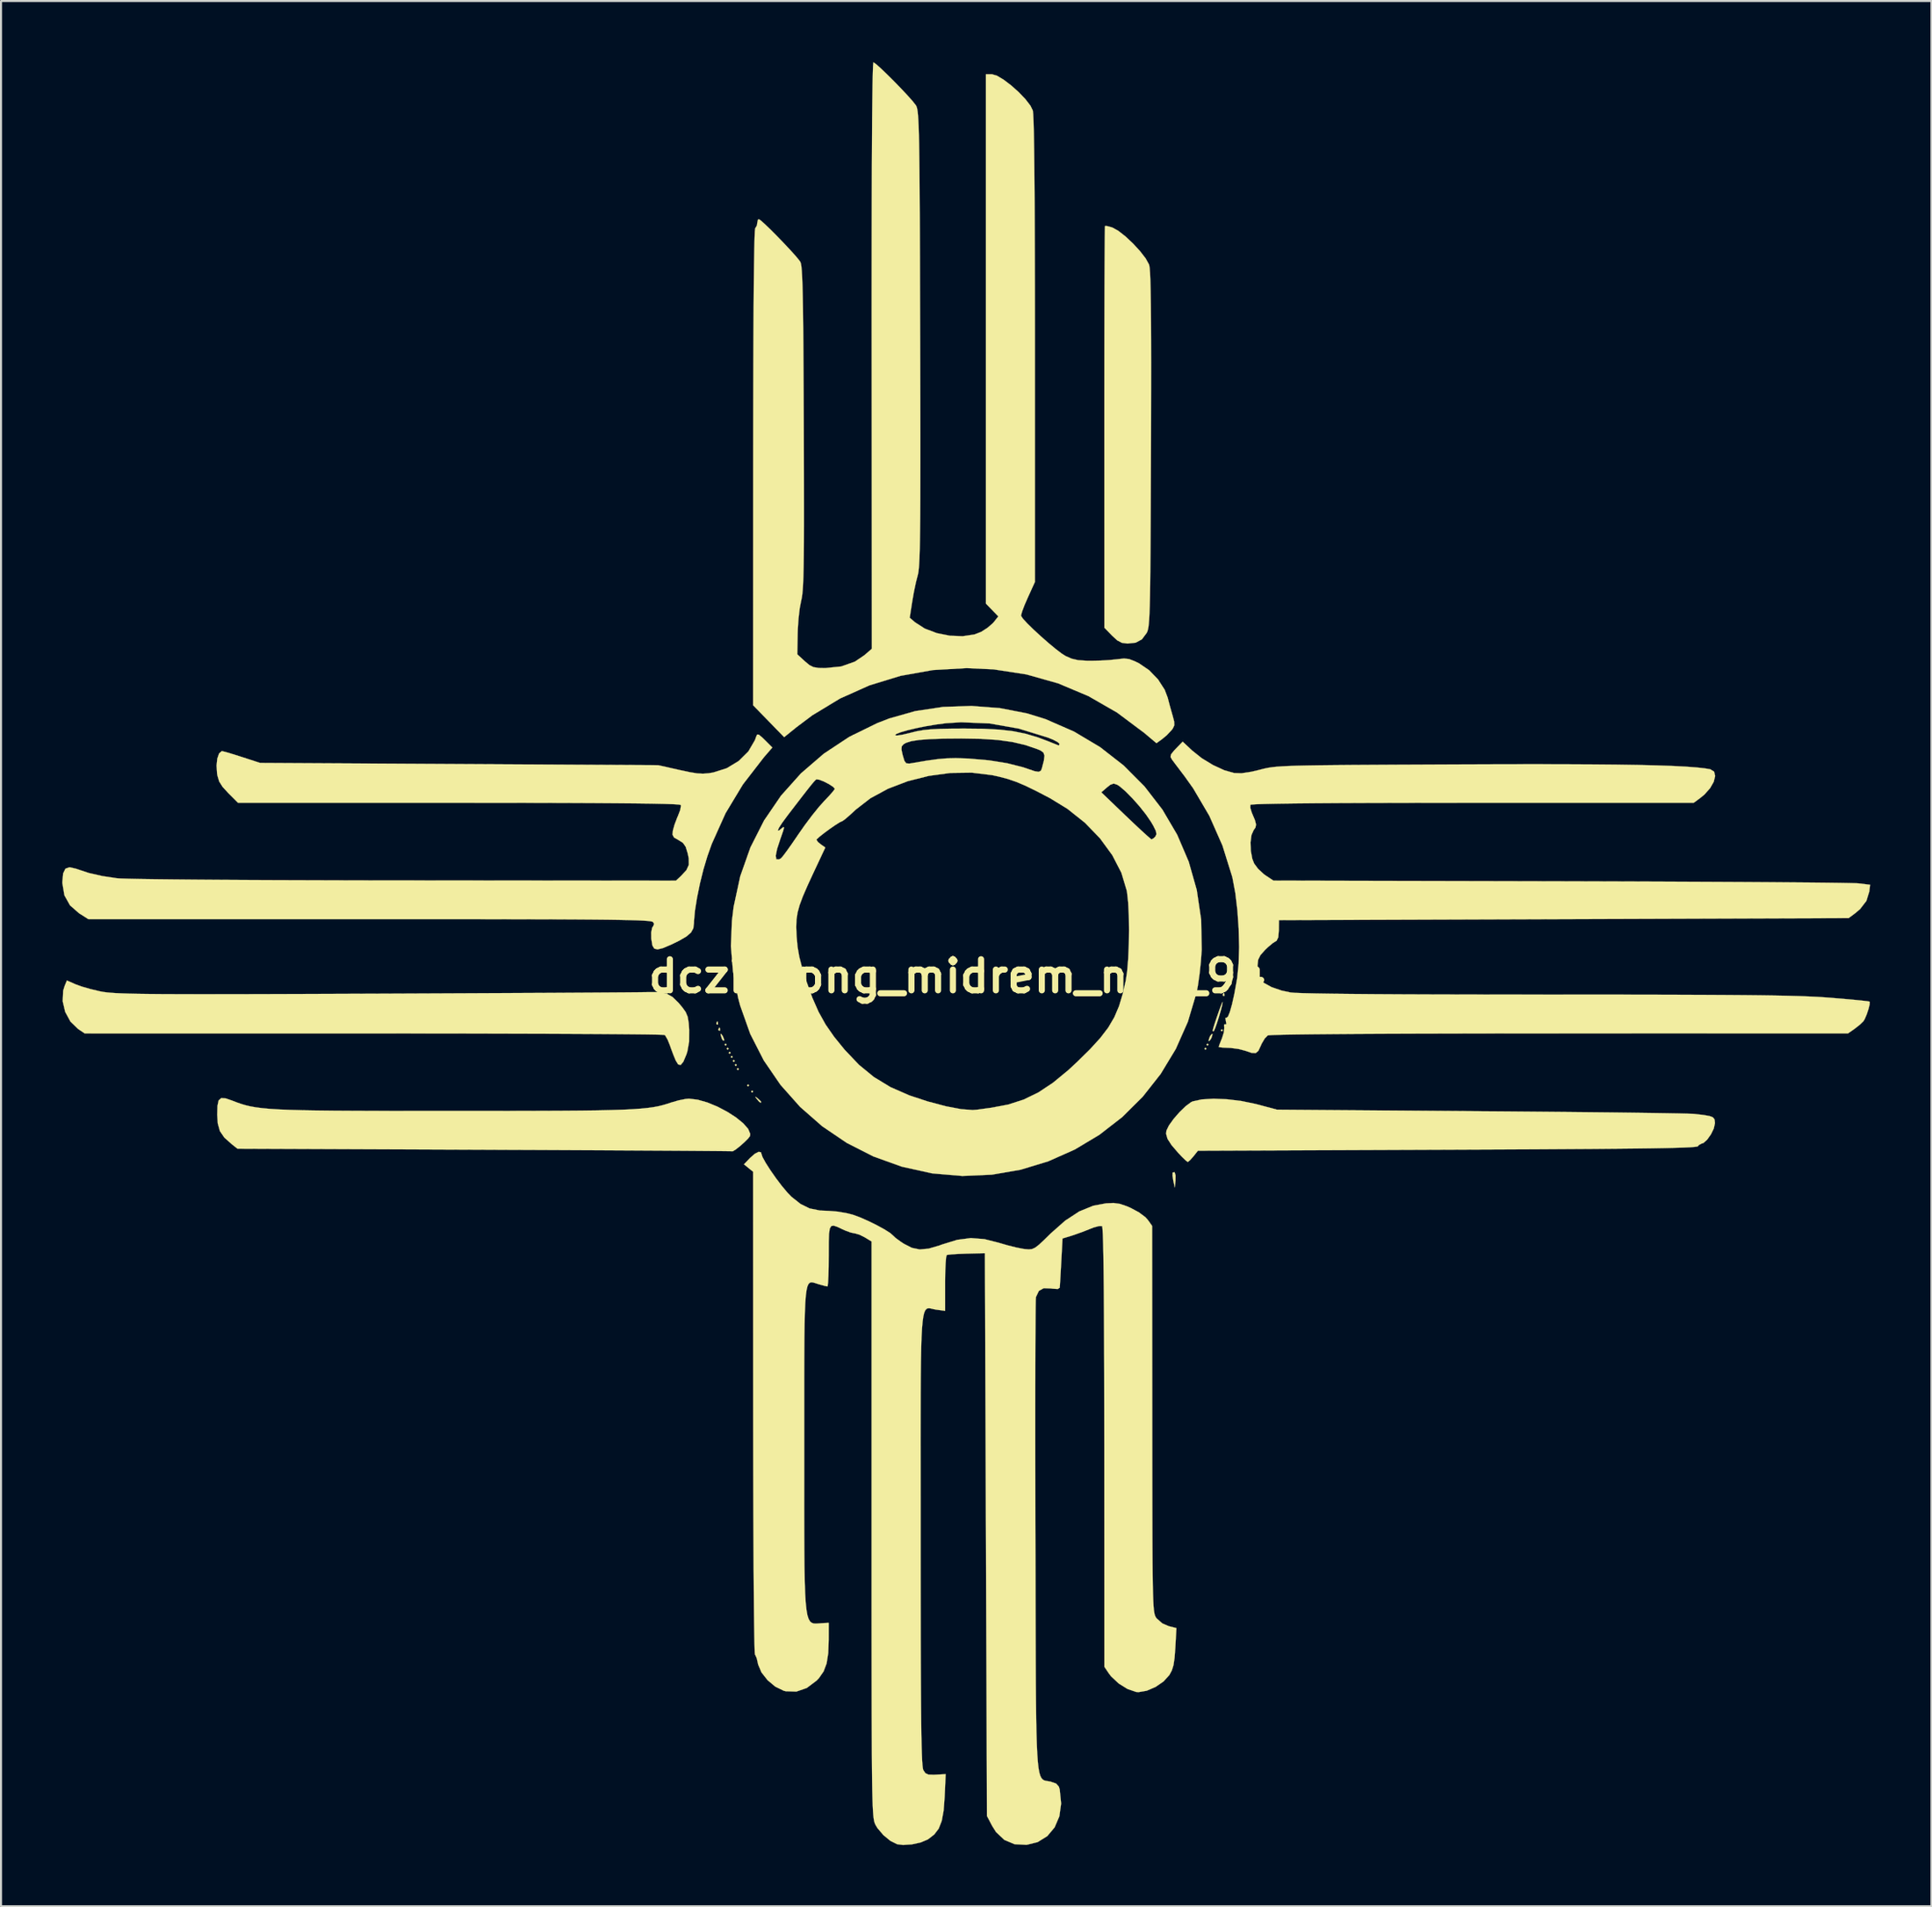
<source format=kicad_pcb>
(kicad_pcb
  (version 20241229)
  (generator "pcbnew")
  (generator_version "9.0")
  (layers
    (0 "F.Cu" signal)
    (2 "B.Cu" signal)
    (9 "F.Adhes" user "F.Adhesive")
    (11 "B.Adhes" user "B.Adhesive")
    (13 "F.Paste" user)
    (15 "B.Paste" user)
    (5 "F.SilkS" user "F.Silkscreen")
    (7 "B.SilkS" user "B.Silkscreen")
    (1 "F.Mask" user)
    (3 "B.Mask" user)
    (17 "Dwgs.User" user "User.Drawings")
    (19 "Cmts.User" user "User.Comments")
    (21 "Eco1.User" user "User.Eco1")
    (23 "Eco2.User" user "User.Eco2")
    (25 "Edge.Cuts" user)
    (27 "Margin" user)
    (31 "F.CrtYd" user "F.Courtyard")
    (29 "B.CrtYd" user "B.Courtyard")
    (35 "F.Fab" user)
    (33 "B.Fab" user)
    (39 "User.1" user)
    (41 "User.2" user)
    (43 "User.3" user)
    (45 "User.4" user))
  (footprint "dczia_png_midrem_neg_94"
    (layer "F.Cu")
    (at 43.834 44.789)
    (property "Reference" "dczia_png_midrem_neg_94" (at 0 0 0) (layer "F.SilkS") (effects (font (size 1.524 1.524) (thickness 0.3))))
    (attr through_hole)
    (fp_poly (pts (xy -11.3 3.35) (xy -11.35 3.4) (xy -11.4 3.35) (xy -11.35 3.3) (xy -11.3 3.35)) (stroke (width 0.01) (type solid)) (fill yes) (layer "F.SilkS"))
    (fp_poly (pts (xy -11.2 3.55) (xy -11.25 3.6) (xy -11.3 3.55) (xy -11.25 3.5) (xy -11.2 3.55)) (stroke (width 0.01) (type solid)) (fill yes) (layer "F.SilkS"))
    (fp_poly (pts (xy -11.1 3.75) (xy -11.15 3.8) (xy -11.2 3.75) (xy -11.15 3.7) (xy -11.1 3.75)) (stroke (width 0.01) (type solid)) (fill yes) (layer "F.SilkS"))
    (fp_poly (pts (xy -11 3.95) (xy -11.05 4) (xy -11.1 3.95) (xy -11.05 3.9) (xy -11 3.95)) (stroke (width 0.01) (type solid)) (fill yes) (layer "F.SilkS"))
    (fp_poly (pts (xy -10.9 4.15) (xy -10.95 4.2) (xy -11 4.15) (xy -10.95 4.1) (xy -10.9 4.15)) (stroke (width 0.01) (type solid)) (fill yes) (layer "F.SilkS"))
    (fp_poly (pts (xy -10.8 4.35) (xy -10.85 4.4) (xy -10.9 4.35) (xy -10.85 4.3) (xy -10.8 4.35)) (stroke (width 0.01) (type solid)) (fill yes) (layer "F.SilkS"))
    (fp_poly (pts (xy -10.7 4.55) (xy -10.75 4.6) (xy -10.8 4.55) (xy -10.75 4.5) (xy -10.7 4.55)) (stroke (width 0.01) (type solid)) (fill yes) (layer "F.SilkS"))
    (fp_poly (pts (xy -10.2 5.35) (xy -10.25 5.4) (xy -10.3 5.35) (xy -10.25 5.3) (xy -10.2 5.35)) (stroke (width 0.01) (type solid)) (fill yes) (layer "F.SilkS"))
    (fp_poly (pts (xy -10 5.65) (xy -10.05 5.7) (xy -10.1 5.65) (xy -10.05 5.6) (xy -10 5.65)) (stroke (width 0.01) (type solid)) (fill yes) (layer "F.SilkS"))
    (fp_poly (pts (xy 12.2 3.55) (xy 12.15 3.6) (xy 12.1 3.55) (xy 12.15 3.5) (xy 12.2 3.55)) (stroke (width 0.01) (type solid)) (fill yes) (layer "F.SilkS"))
    (fp_poly (pts (xy 12.3 3.35) (xy 12.25 3.4) (xy 12.2 3.35) (xy 12.25 3.3) (xy 12.3 3.35)) (stroke (width 0.01) (type solid)) (fill yes) (layer "F.SilkS"))
    (fp_poly (pts (xy 13 2.65) (xy 12.95 2.7) (xy 12.9 2.65) (xy 12.95 2.6) (xy 13 2.65)) (stroke (width 0.01) (type solid)) (fill yes) (layer "F.SilkS"))
    (fp_poly (pts (xy -11.733 2.233) (xy -11.721 2.352) (xy -11.733 2.367) (xy -11.793 2.353) (xy -11.8 2.3) (xy -11.763 2.218) (xy -11.733 2.233)) (stroke (width 0.01) (type solid)) (fill yes) (layer "F.SilkS"))
    (fp_poly (pts (xy -11.633 2.533) (xy -11.621 2.652) (xy -11.633 2.667) (xy -11.693 2.653) (xy -11.7 2.6) (xy -11.663 2.518) (xy -11.633 2.533)) (stroke (width 0.01) (type solid)) (fill yes) (layer "F.SilkS"))
    (fp_poly (pts (xy 13.067 0.833) (xy 13.079 0.952) (xy 13.067 0.967) (xy 13.007 0.953) (xy 13 0.9) (xy 13.037 0.818) (xy 13.067 0.833)) (stroke (width 0.01) (type solid)) (fill yes) (layer "F.SilkS"))
    (fp_poly (pts (xy -11.488 2.933) (xy -11.422 3.098) (xy -11.428 3.162) (xy -11.497 3.126) (xy -11.538 3.046) (xy -11.594 2.856) (xy -11.571 2.818) (xy -11.488 2.933)) (stroke (width 0.01) (type solid)) (fill yes) (layer "F.SilkS"))
    (fp_poly (pts (xy -9.847 5.931) (xy -9.775 5.987) (xy -9.62 6.133) (xy -9.62 6.198) (xy -9.638 6.2) (xy -9.721 6.132) (xy -9.813 6.025) (xy -9.899 5.907) (xy -9.847 5.931)) (stroke (width 0.01) (type solid)) (fill yes) (layer "F.SilkS"))
    (fp_poly (pts (xy 10.686 9.755) (xy 10.682 10.015) (xy 10.65 10.35) (xy 10.574 10.009) (xy 10.537 9.768) (xy 10.544 9.625) (xy 10.549 9.617) (xy 10.639 9.604) (xy 10.686 9.755)) (stroke (width 0.01) (type solid)) (fill yes) (layer "F.SilkS"))
    (fp_poly (pts (xy 12.497 2.85) (xy 12.447 3.014) (xy 12.4 3.1) (xy 12.321 3.18) (xy 12.303 3.15) (xy 12.353 2.986) (xy 12.4 2.9) (xy 12.479 2.82) (xy 12.497 2.85)) (stroke (width 0.01) (type solid)) (fill yes) (layer "F.SilkS"))
    (fp_poly (pts (xy 12.969 1.413) (xy 12.903 1.674) (xy 12.81 1.99) (xy 12.71 2.303) (xy 12.62 2.556) (xy 12.557 2.691) (xy 12.546 2.7) (xy 12.502 2.675) (xy 12.534 2.544) (xy 12.608 2.304) (xy 12.708 2.006) (xy 12.814 1.702) (xy 12.908 1.445) (xy 12.973 1.287) (xy 12.992 1.264) (xy 12.969 1.413)) (stroke (width 0.01) (type solid)) (fill yes) (layer "F.SilkS"))
    (fp_poly (pts (xy 7.34 -36.76) (xy 7.557 -36.7) (xy 7.592 -36.688) (xy 7.881 -36.529) (xy 8.233 -36.253) (xy 8.604 -35.905) (xy 8.949 -35.529) (xy 9.224 -35.172) (xy 9.385 -34.878) (xy 9.395 -34.847) (xy 9.417 -34.712) (xy 9.436 -34.463) (xy 9.452 -34.09) (xy 9.465 -33.585) (xy 9.475 -32.939) (xy 9.482 -32.145) (xy 9.487 -31.192) (xy 9.489 -30.073) (xy 9.488 -28.78) (xy 9.485 -27.302) (xy 9.481 -25.8) (xy 9.475 -24.28) (xy 9.47 -22.947) (xy 9.464 -21.788) (xy 9.458 -20.791) (xy 9.45 -19.942) (xy 9.442 -19.23) (xy 9.433 -18.641) (xy 9.422 -18.162) (xy 9.408 -17.78) (xy 9.393 -17.483) (xy 9.375 -17.259) (xy 9.354 -17.093) (xy 9.329 -16.973) (xy 9.302 -16.887) (xy 9.274 -16.828) (xy 9.038 -16.51) (xy 8.734 -16.346) (xy 8.332 -16.303) (xy 8.06 -16.338) (xy 7.827 -16.461) (xy 7.576 -16.692) (xy 7.202 -17.078) (xy 7.199 -26.904) (xy 7.199 -28.288) (xy 7.2 -29.615) (xy 7.201 -30.871) (xy 7.203 -32.042) (xy 7.205 -33.115) (xy 7.208 -34.077) (xy 7.212 -34.914) (xy 7.216 -35.612) (xy 7.22 -36.157) (xy 7.225 -36.537) (xy 7.229 -36.737) (xy 7.232 -36.765) (xy 7.34 -36.76)) (stroke (width 0.01) (type solid)) (fill yes) (layer "F.SilkS"))
    (fp_poly (pts (xy 13.212 6.029) (xy 13.911 6.114) (xy 14.591 6.255) (xy 14.65 6.27) (xy 15.65 6.538) (xy 25.6 6.614) (xy 27.006 6.625) (xy 28.364 6.637) (xy 29.659 6.649) (xy 30.877 6.662) (xy 32.003 6.674) (xy 33.024 6.687) (xy 33.924 6.7) (xy 34.69 6.712) (xy 35.306 6.723) (xy 35.758 6.734) (xy 36.033 6.743) (xy 36.1 6.748) (xy 36.554 6.801) (xy 36.844 6.852) (xy 37.008 6.918) (xy 37.081 7.017) (xy 37.1 7.163) (xy 37.1 7.209) (xy 37.044 7.461) (xy 36.905 7.747) (xy 36.722 8.005) (xy 36.538 8.17) (xy 36.446 8.2) (xy 36.299 8.28) (xy 36.275 8.325) (xy 36.231 8.344) (xy 36.106 8.362) (xy 35.891 8.379) (xy 35.579 8.394) (xy 35.159 8.407) (xy 34.623 8.42) (xy 33.963 8.432) (xy 33.169 8.442) (xy 32.233 8.452) (xy 31.146 8.462) (xy 29.899 8.47) (xy 28.483 8.479) (xy 26.89 8.487) (xy 25.111 8.495) (xy 24.007 8.5) (xy 11.781 8.55) (xy 11.562 8.825) (xy 11.401 9.008) (xy 11.292 9.098) (xy 11.284 9.1) (xy 11.19 9.032) (xy 11.007 8.857) (xy 10.824 8.664) (xy 10.488 8.272) (xy 10.293 7.968) (xy 10.223 7.721) (xy 10.239 7.566) (xy 10.362 7.311) (xy 10.593 6.989) (xy 10.883 6.656) (xy 11.185 6.364) (xy 11.448 6.169) (xy 11.525 6.133) (xy 11.968 6.036) (xy 12.547 6.002) (xy 13.212 6.029)) (stroke (width 0.01) (type solid)) (fill yes) (layer "F.SilkS"))
    (fp_poly (pts (xy -35.828 5.986) (xy -35.527 6.089) (xy -35.306 6.175) (xy -35.093 6.25) (xy -34.875 6.316) (xy -34.638 6.373) (xy -34.369 6.422) (xy -34.055 6.463) (xy -33.682 6.498) (xy -33.237 6.526) (xy -32.705 6.548) (xy -32.074 6.565) (xy -31.33 6.578) (xy -30.46 6.588) (xy -29.45 6.594) (xy -28.287 6.598) (xy -26.957 6.599) (xy -25.446 6.6) (xy -24.683 6.6) (xy -23.086 6.6) (xy -21.675 6.598) (xy -20.438 6.595) (xy -19.36 6.59) (xy -18.428 6.583) (xy -17.63 6.572) (xy -16.95 6.557) (xy -16.377 6.539) (xy -15.896 6.516) (xy -15.494 6.487) (xy -15.157 6.453) (xy -14.873 6.413) (xy -14.628 6.366) (xy -14.408 6.311) (xy -14.199 6.249) (xy -14.022 6.19) (xy -13.654 6.083) (xy -13.308 6.014) (xy -13.143 6) (xy -12.716 6.05) (xy -12.24 6.186) (xy -11.747 6.39) (xy -11.269 6.641) (xy -10.837 6.92) (xy -10.485 7.207) (xy -10.243 7.483) (xy -10.143 7.727) (xy -10.157 7.833) (xy -10.25 7.956) (xy -10.433 8.137) (xy -10.652 8.331) (xy -10.857 8.492) (xy -10.994 8.575) (xy -11.019 8.576) (xy -11.121 8.573) (xy -11.411 8.569) (xy -11.876 8.564) (xy -12.505 8.559) (xy -13.285 8.553) (xy -14.203 8.547) (xy -15.249 8.541) (xy -16.409 8.534) (xy -17.671 8.527) (xy -19.024 8.52) (xy -20.454 8.513) (xy -21.95 8.507) (xy -23.152 8.501) (xy -35.255 8.45) (xy -35.533 8.231) (xy -35.899 7.904) (xy -36.116 7.586) (xy -36.22 7.207) (xy -36.245 6.789) (xy -36.234 6.349) (xy -36.177 6.085) (xy -36.05 5.971) (xy -35.828 5.986)) (stroke (width 0.01) (type solid)) (fill yes) (layer "F.SilkS"))
    (fp_poly (pts (xy -43.179 0.397) (xy -42.867 0.509) (xy -42.444 0.631) (xy -41.995 0.737) (xy -41.95 0.746) (xy -41.817 0.77) (xy -41.66 0.791) (xy -41.468 0.809) (xy -41.23 0.826) (xy -40.936 0.839) (xy -40.575 0.851) (xy -40.135 0.861) (xy -39.606 0.868) (xy -38.978 0.874) (xy -38.24 0.877) (xy -37.38 0.879) (xy -36.388 0.879) (xy -35.253 0.878) (xy -33.965 0.875) (xy -32.512 0.87) (xy -30.884 0.864) (xy -29.069 0.857) (xy -28.5 0.855) (xy -26.91 0.848) (xy -25.366 0.841) (xy -23.881 0.834) (xy -22.467 0.827) (xy -21.137 0.82) (xy -19.905 0.814) (xy -18.782 0.807) (xy -17.783 0.801) (xy -16.919 0.795) (xy -16.204 0.79) (xy -15.651 0.785) (xy -15.272 0.78) (xy -15.082 0.777) (xy -14.601 0.78) (xy -14.245 0.849) (xy -13.951 1.014) (xy -13.653 1.305) (xy -13.466 1.528) (xy -13.304 1.755) (xy -13.208 1.984) (xy -13.157 2.287) (xy -13.134 2.622) (xy -13.137 3.205) (xy -13.222 3.683) (xy -13.273 3.843) (xy -13.421 4.192) (xy -13.551 4.349) (xy -13.674 4.319) (xy -13.792 4.128) (xy -13.904 3.857) (xy -14.032 3.514) (xy -14.071 3.4) (xy -14.184 3.118) (xy -14.296 2.92) (xy -14.337 2.877) (xy -14.448 2.869) (xy -14.749 2.86) (xy -15.226 2.852) (xy -15.87 2.845) (xy -16.667 2.838) (xy -17.608 2.831) (xy -18.681 2.825) (xy -19.874 2.819) (xy -21.176 2.815) (xy -22.576 2.811) (xy -24.062 2.807) (xy -25.622 2.805) (xy -27.246 2.804) (xy -28.592 2.803) (xy -42.735 2.802) (xy -43.069 2.576) (xy -43.436 2.218) (xy -43.691 1.747) (xy -43.814 1.222) (xy -43.789 0.704) (xy -43.719 0.479) (xy -43.608 0.208) (xy -43.179 0.397)) (stroke (width 0.01) (type solid)) (fill yes) (layer "F.SilkS"))
    (fp_poly (pts (xy -9.72 -11.837) (xy -9.565 -11.709) (xy -9.426 -11.573) (xy -9.061 -11.208) (xy -9.475 -10.729) (xy -10.505 -9.396) (xy -11.353 -7.987) (xy -12.027 -6.487) (xy -12.243 -5.878) (xy -12.434 -5.24) (xy -12.606 -4.547) (xy -12.748 -3.856) (xy -12.849 -3.224) (xy -12.897 -2.707) (xy -12.9 -2.589) (xy -12.931 -2.348) (xy -13.043 -2.144) (xy -13.266 -1.95) (xy -13.626 -1.74) (xy -14.016 -1.55) (xy -14.418 -1.38) (xy -14.683 -1.315) (xy -14.843 -1.356) (xy -14.93 -1.5) (xy -14.937 -1.525) (xy -14.989 -1.84) (xy -14.992 -2.149) (xy -14.947 -2.38) (xy -14.895 -2.453) (xy -14.85 -2.566) (xy -14.907 -2.659) (xy -14.947 -2.679) (xy -15.036 -2.697) (xy -15.184 -2.714) (xy -15.401 -2.728) (xy -15.696 -2.741) (xy -16.078 -2.752) (xy -16.556 -2.762) (xy -17.141 -2.771) (xy -17.841 -2.778) (xy -18.665 -2.784) (xy -19.624 -2.789) (xy -20.726 -2.792) (xy -21.981 -2.795) (xy -23.398 -2.798) (xy -24.987 -2.799) (xy -26.757 -2.8) (xy -28.717 -2.8) (xy -42.561 -2.8) (xy -43.013 -3.087) (xy -43.456 -3.475) (xy -43.729 -3.966) (xy -43.829 -4.557) (xy -43.829 -4.635) (xy -43.791 -5.041) (xy -43.679 -5.271) (xy -43.474 -5.341) (xy -43.16 -5.268) (xy -43.141 -5.261) (xy -42.54 -5.061) (xy -41.883 -4.911) (xy -41.172 -4.803) (xy -40.972 -4.79) (xy -40.583 -4.778) (xy -40.015 -4.766) (xy -39.278 -4.755) (xy -38.382 -4.745) (xy -37.34 -4.735) (xy -36.159 -4.726) (xy -34.852 -4.718) (xy -33.429 -4.711) (xy -31.9 -4.706) (xy -30.275 -4.701) (xy -28.565 -4.697) (xy -27.102 -4.696) (xy -13.781 -4.683) (xy -13.531 -4.917) (xy -13.268 -5.201) (xy -13.15 -5.462) (xy -13.155 -5.779) (xy -13.204 -6.016) (xy -13.303 -6.34) (xy -13.437 -6.535) (xy -13.652 -6.671) (xy -13.656 -6.673) (xy -13.875 -6.799) (xy -13.949 -6.938) (xy -13.93 -7.141) (xy -13.849 -7.43) (xy -13.72 -7.772) (xy -13.677 -7.87) (xy -13.573 -8.142) (xy -13.537 -8.345) (xy -13.547 -8.395) (xy -13.644 -8.414) (xy -13.911 -8.431) (xy -14.351 -8.446) (xy -14.968 -8.459) (xy -15.764 -8.47) (xy -16.743 -8.479) (xy -17.907 -8.487) (xy -19.259 -8.493) (xy -20.803 -8.497) (xy -22.541 -8.499) (xy -24.42 -8.5) (xy -35.229 -8.5) (xy -35.705 -8.976) (xy -35.986 -9.284) (xy -36.15 -9.545) (xy -36.236 -9.834) (xy -36.253 -9.933) (xy -36.278 -10.323) (xy -36.242 -10.666) (xy -36.155 -10.917) (xy -36.029 -11.029) (xy -35.994 -11.029) (xy -35.838 -10.99) (xy -35.545 -10.903) (xy -35.168 -10.785) (xy -35 -10.731) (xy -34.15 -10.454) (xy -14.65 -10.341) (xy -13.606 -10.107) (xy -13.109 -10) (xy -12.746 -9.941) (xy -12.456 -9.925) (xy -12.179 -9.947) (xy -11.956 -9.984) (xy -11.292 -10.194) (xy -10.707 -10.549) (xy -10.234 -11.018) (xy -9.911 -11.573) (xy -9.851 -11.744) (xy -9.802 -11.844) (xy -9.72 -11.837)) (stroke (width 0.01) (type solid)) (fill yes) (layer "F.SilkS"))
    (fp_poly (pts (xy -3.976 -44.691) (xy -3.742 -44.483) (xy -3.44 -44.193) (xy -3.101 -43.856) (xy -2.759 -43.503) (xy -2.446 -43.169) (xy -2.195 -42.887) (xy -2.039 -42.69) (xy -2.016 -42.653) (xy -1.99 -42.593) (xy -1.967 -42.506) (xy -1.946 -42.38) (xy -1.928 -42.206) (xy -1.912 -41.971) (xy -1.897 -41.664) (xy -1.885 -41.274) (xy -1.874 -40.791) (xy -1.865 -40.202) (xy -1.857 -39.498) (xy -1.85 -38.666) (xy -1.844 -37.696) (xy -1.838 -36.576) (xy -1.833 -35.295) (xy -1.829 -33.843) (xy -1.824 -32.208) (xy -1.821 -31.25) (xy -1.817 -29.492) (xy -1.814 -27.923) (xy -1.812 -26.533) (xy -1.812 -25.308) (xy -1.813 -24.24) (xy -1.815 -23.317) (xy -1.819 -22.527) (xy -1.826 -21.86) (xy -1.834 -21.304) (xy -1.844 -20.849) (xy -1.856 -20.483) (xy -1.871 -20.196) (xy -1.888 -19.976) (xy -1.907 -19.813) (xy -1.929 -19.695) (xy -1.941 -19.65) (xy -2.031 -19.296) (xy -2.127 -18.839) (xy -2.208 -18.377) (xy -2.211 -18.359) (xy -2.333 -17.568) (xy -2.071 -17.343) (xy -1.594 -17.036) (xy -1.007 -16.814) (xy -0.368 -16.687) (xy 0.266 -16.663) (xy 0.84 -16.749) (xy 1.166 -16.875) (xy 1.473 -17.072) (xy 1.735 -17.298) (xy 1.793 -17.364) (xy 2.006 -17.634) (xy 1.4 -18.26) (xy 1.4 -44.2) (xy 1.699 -44.2) (xy 1.944 -44.127) (xy 2.27 -43.932) (xy 2.637 -43.652) (xy 3.005 -43.323) (xy 3.332 -42.981) (xy 3.577 -42.663) (xy 3.695 -42.423) (xy 3.714 -42.253) (xy 3.731 -41.883) (xy 3.746 -41.315) (xy 3.759 -40.549) (xy 3.77 -39.585) (xy 3.78 -38.425) (xy 3.787 -37.069) (xy 3.793 -35.517) (xy 3.797 -33.771) (xy 3.799 -31.831) (xy 3.799 -30.687) (xy 3.8 -19.325) (xy 3.446 -18.547) (xy 3.287 -18.181) (xy 3.173 -17.878) (xy 3.121 -17.689) (xy 3.121 -17.658) (xy 3.215 -17.517) (xy 3.431 -17.283) (xy 3.733 -16.987) (xy 4.087 -16.661) (xy 4.457 -16.335) (xy 4.809 -16.043) (xy 5.107 -15.815) (xy 5.3 -15.692) (xy 5.596 -15.562) (xy 5.907 -15.49) (xy 6.308 -15.461) (xy 6.55 -15.458) (xy 7.013 -15.468) (xy 7.474 -15.496) (xy 7.836 -15.534) (xy 7.85 -15.536) (xy 8.161 -15.57) (xy 8.413 -15.542) (xy 8.694 -15.434) (xy 8.9 -15.333) (xy 9.393 -14.996) (xy 9.827 -14.546) (xy 10.153 -14.04) (xy 10.301 -13.65) (xy 10.394 -13.295) (xy 10.506 -12.895) (xy 10.54 -12.776) (xy 10.618 -12.481) (xy 10.624 -12.297) (xy 10.553 -12.144) (xy 10.486 -12.055) (xy 10.255 -11.81) (xy 10.02 -11.615) (xy 9.75 -11.422) (xy 9.15 -11.927) (xy 7.825 -12.919) (xy 6.418 -13.728) (xy 4.937 -14.352) (xy 3.387 -14.79) (xy 1.775 -15.039) (xy 0.45 -15.1) (xy -1.192 -15.005) (xy -2.78 -14.722) (xy -4.301 -14.256) (xy -5.746 -13.609) (xy -7.104 -12.786) (xy -7.866 -12.214) (xy -8.481 -11.716) (xy -10.002 -13.279) (xy -9.999 -24.935) (xy -9.997 -26.858) (xy -9.994 -28.621) (xy -9.99 -30.22) (xy -9.984 -31.652) (xy -9.976 -32.912) (xy -9.967 -33.996) (xy -9.956 -34.901) (xy -9.944 -35.622) (xy -9.931 -36.156) (xy -9.917 -36.499) (xy -9.901 -36.646) (xy -9.898 -36.652) (xy -9.816 -36.791) (xy -9.8 -36.906) (xy -9.768 -37.065) (xy -9.725 -37.1) (xy -9.622 -37.031) (xy -9.415 -36.845) (xy -9.136 -36.576) (xy -8.816 -36.254) (xy -8.485 -35.911) (xy -8.175 -35.579) (xy -7.916 -35.291) (xy -7.74 -35.077) (xy -7.687 -35) (xy -7.661 -34.922) (xy -7.638 -34.78) (xy -7.618 -34.562) (xy -7.601 -34.256) (xy -7.585 -33.85) (xy -7.572 -33.332) (xy -7.561 -32.689) (xy -7.551 -31.909) (xy -7.543 -30.98) (xy -7.536 -29.89) (xy -7.529 -28.627) (xy -7.523 -27.178) (xy -7.522 -26.876) (xy -7.517 -25.408) (xy -7.514 -24.127) (xy -7.513 -23.019) (xy -7.513 -22.069) (xy -7.516 -21.265) (xy -7.522 -20.592) (xy -7.53 -20.038) (xy -7.541 -19.587) (xy -7.555 -19.227) (xy -7.572 -18.944) (xy -7.593 -18.724) (xy -7.617 -18.553) (xy -7.645 -18.419) (xy -7.649 -18.404) (xy -7.72 -18.032) (xy -7.778 -17.543) (xy -7.814 -17.018) (xy -7.821 -16.79) (xy -7.839 -15.775) (xy -7.471 -15.437) (xy -7.247 -15.249) (xy -7.046 -15.148) (xy -6.791 -15.107) (xy -6.469 -15.1) (xy -5.687 -15.18) (xy -5.016 -15.418) (xy -4.553 -15.731) (xy -4.186 -16.05) (xy -4.196 -30.434) (xy -4.197 -32.621) (xy -4.196 -34.636) (xy -4.194 -36.477) (xy -4.191 -38.14) (xy -4.186 -39.624) (xy -4.179 -40.925) (xy -4.172 -42.043) (xy -4.162 -42.973) (xy -4.152 -43.714) (xy -4.14 -44.263) (xy -4.127 -44.618) (xy -4.113 -44.776) (xy -4.108 -44.784) (xy -3.976 -44.691)) (stroke (width 0.01) (type solid)) (fill yes) (layer "F.SilkS"))
    (fp_poly (pts (xy 11.505 -11.055) (xy 11.974 -10.681) (xy 12.521 -10.349) (xy 13.074 -10.094) (xy 13.55 -9.958) (xy 13.917 -9.947) (xy 14.409 -10.022) (xy 14.8 -10.116) (xy 14.95 -10.155) (xy 15.096 -10.189) (xy 15.251 -10.219) (xy 15.429 -10.245) (xy 15.642 -10.267) (xy 15.906 -10.286) (xy 16.232 -10.302) (xy 16.635 -10.316) (xy 17.128 -10.327) (xy 17.725 -10.337) (xy 18.439 -10.345) (xy 19.284 -10.353) (xy 20.273 -10.359) (xy 21.419 -10.366) (xy 22.737 -10.372) (xy 24.24 -10.379) (xy 24.45 -10.38) (xy 26.381 -10.387) (xy 28.121 -10.39) (xy 29.678 -10.388) (xy 31.061 -10.381) (xy 32.279 -10.37) (xy 33.34 -10.353) (xy 34.253 -10.331) (xy 35.027 -10.304) (xy 35.669 -10.271) (xy 36.19 -10.232) (xy 36.597 -10.188) (xy 36.875 -10.142) (xy 37.06 -10.027) (xy 37.111 -9.811) (xy 37.041 -9.528) (xy 36.861 -9.213) (xy 36.585 -8.903) (xy 36.397 -8.748) (xy 36.061 -8.5) (xy 25.236 -8.5) (xy 23.342 -8.499) (xy 21.62 -8.496) (xy 20.073 -8.492) (xy 18.705 -8.486) (xy 17.518 -8.478) (xy 16.515 -8.468) (xy 15.699 -8.456) (xy 15.072 -8.443) (xy 14.638 -8.429) (xy 14.4 -8.412) (xy 14.351 -8.401) (xy 14.347 -8.252) (xy 14.419 -8.015) (xy 14.436 -7.976) (xy 14.575 -7.645) (xy 14.628 -7.434) (xy 14.599 -7.286) (xy 14.512 -7.164) (xy 14.404 -6.921) (xy 14.357 -6.559) (xy 14.371 -6.146) (xy 14.444 -5.755) (xy 14.534 -5.525) (xy 14.729 -5.262) (xy 15.006 -5.005) (xy 15.092 -4.943) (xy 15.479 -4.687) (xy 29.515 -4.654) (xy 31.184 -4.649) (xy 32.806 -4.644) (xy 34.367 -4.638) (xy 35.855 -4.631) (xy 37.259 -4.624) (xy 38.567 -4.617) (xy 39.767 -4.609) (xy 40.847 -4.6) (xy 41.795 -4.592) (xy 42.599 -4.583) (xy 43.247 -4.574) (xy 43.727 -4.565) (xy 44.028 -4.557) (xy 44.125 -4.551) (xy 44.7 -4.482) (xy 44.659 -4.151) (xy 44.518 -3.692) (xy 44.205 -3.287) (xy 43.977 -3.095) (xy 43.65 -2.85) (xy 15.75 -2.75) (xy 15.745 -2.257) (xy 15.716 -1.909) (xy 15.632 -1.737) (xy 15.595 -1.716) (xy 15.445 -1.622) (xy 15.219 -1.433) (xy 15.075 -1.296) (xy 14.842 -1.035) (xy 14.73 -0.807) (xy 14.7 -0.527) (xy 14.7 -0.505) (xy 14.724 -0.191) (xy 14.785 0.064) (xy 14.803 0.106) (xy 15.016 0.328) (xy 15.386 0.532) (xy 15.872 0.7) (xy 16.313 0.795) (xy 16.525 0.813) (xy 16.934 0.829) (xy 17.537 0.843) (xy 18.33 0.856) (xy 19.311 0.867) (xy 20.476 0.877) (xy 21.821 0.885) (xy 23.345 0.891) (xy 25.043 0.895) (xy 26.913 0.898) (xy 28.901 0.899) (xy 30.784 0.9) (xy 32.478 0.901) (xy 33.996 0.903) (xy 35.35 0.907) (xy 36.551 0.912) (xy 37.611 0.918) (xy 38.542 0.925) (xy 39.356 0.934) (xy 40.065 0.945) (xy 40.68 0.958) (xy 41.214 0.973) (xy 41.678 0.99) (xy 42.083 1.009) (xy 42.443 1.031) (xy 42.746 1.054) (xy 43.339 1.103) (xy 43.86 1.15) (xy 44.277 1.191) (xy 44.56 1.223) (xy 44.676 1.243) (xy 44.677 1.244) (xy 44.68 1.362) (xy 44.625 1.592) (xy 44.537 1.861) (xy 44.437 2.097) (xy 44.373 2.204) (xy 44.21 2.363) (xy 43.972 2.552) (xy 43.934 2.579) (xy 43.619 2.8) (xy 29.499 2.802) (xy 27.493 2.803) (xy 25.616 2.805) (xy 23.874 2.809) (xy 22.272 2.813) (xy 20.817 2.819) (xy 19.516 2.826) (xy 18.373 2.835) (xy 17.396 2.844) (xy 16.59 2.854) (xy 15.962 2.865) (xy 15.518 2.877) (xy 15.263 2.89) (xy 15.202 2.899) (xy 15.055 3.048) (xy 14.904 3.304) (xy 14.863 3.397) (xy 14.743 3.652) (xy 14.61 3.765) (xy 14.407 3.755) (xy 14.1 3.65) (xy 13.774 3.564) (xy 13.388 3.513) (xy 13.275 3.508) (xy 12.998 3.496) (xy 12.827 3.475) (xy 12.8 3.462) (xy 12.835 3.355) (xy 12.922 3.133) (xy 12.958 3.047) (xy 13.048 2.761) (xy 13.073 2.524) (xy 13.067 2.485) (xy 13.067 2.359) (xy 13.12 2.362) (xy 13.177 2.342) (xy 13.15 2.2) (xy 13.126 2.044) (xy 13.177 2.036) (xy 13.252 1.98) (xy 13.346 1.751) (xy 13.452 1.374) (xy 13.563 0.875) (xy 13.672 0.278) (xy 13.705 0.078) (xy 13.775 -0.613) (xy 13.799 -1.435) (xy 13.777 -2.327) (xy 13.715 -3.226) (xy 13.615 -4.07) (xy 13.479 -4.797) (xy 13.458 -4.886) (xy 12.981 -6.411) (xy 12.34 -7.863) (xy 11.549 -9.209) (xy 11.135 -9.791) (xy 10.886 -10.12) (xy 10.669 -10.407) (xy 10.525 -10.599) (xy 10.51 -10.62) (xy 10.44 -10.75) (xy 10.467 -10.878) (xy 10.615 -11.06) (xy 10.702 -11.152) (xy 11.034 -11.495) (xy 11.505 -11.055)) (stroke (width 0.01) (type solid)) (fill yes) (layer "F.SilkS"))
    (fp_poly (pts (xy 2.083 -13.139) (xy 3.425 -12.877) (xy 4.319 -12.599) (xy 5.713 -11.99) (xy 6.991 -11.228) (xy 8.144 -10.328) (xy 9.164 -9.303) (xy 10.042 -8.166) (xy 10.767 -6.931) (xy 11.331 -5.612) (xy 11.725 -4.221) (xy 11.939 -2.773) (xy 11.966 -1.3) (xy 11.925 -0.714) (xy 11.86 -0.1) (xy 11.78 0.459) (xy 11.713 0.806) (xy 11.289 2.229) (xy 10.699 3.56) (xy 9.956 4.789) (xy 9.075 5.907) (xy 8.07 6.904) (xy 6.956 7.769) (xy 5.746 8.493) (xy 4.456 9.067) (xy 3.099 9.48) (xy 1.69 9.723) (xy 0.244 9.786) (xy -1.226 9.66) (xy -1.26 9.654) (xy -2.724 9.33) (xy -4.113 8.83) (xy -5.416 8.167) (xy -6.617 7.353) (xy -7.703 6.4) (xy -8.661 5.321) (xy -9.478 4.127) (xy -10.14 2.831) (xy -10.633 1.445) (xy -10.738 1.05) (xy -10.989 -0.242) (xy -11.089 -1.476) (xy -11.052 -2.411) (xy -7.891 -2.411) (xy -7.875 -1.996) (xy -7.873 -1.954) (xy -7.826 -1.441) (xy -7.741 -0.951) (xy -7.602 -0.414) (xy -7.404 0.211) (xy -7.103 1.049) (xy -6.796 1.748) (xy -6.451 2.368) (xy -6.034 2.969) (xy -5.516 3.606) (xy -4.817 4.341) (xy -4.086 4.94) (xy -3.28 5.43) (xy -2.357 5.836) (xy -1.45 6.136) (xy -0.554 6.373) (xy 0.18 6.513) (xy 0.747 6.555) (xy 0.95 6.541) (xy 1.166 6.512) (xy 1.484 6.468) (xy 1.65 6.446) (xy 2.487 6.288) (xy 3.246 6.044) (xy 3.965 5.695) (xy 4.682 5.22) (xy 5.434 4.6) (xy 5.862 4.203) (xy 6.501 3.573) (xy 7.003 3.022) (xy 7.391 2.514) (xy 7.688 2.008) (xy 7.918 1.466) (xy 8.103 0.849) (xy 8.247 0.222) (xy 8.316 -0.245) (xy 8.367 -0.854) (xy 8.397 -1.55) (xy 8.407 -2.277) (xy 8.397 -2.983) (xy 8.365 -3.612) (xy 8.311 -4.11) (xy 8.294 -4.204) (xy 8.032 -5.073) (xy 7.589 -5.932) (xy 6.988 -6.756) (xy 6.247 -7.523) (xy 5.386 -8.207) (xy 4.55 -8.719) (xy 3.989 -9.013) (xy 7.05 -9.013) (xy 8.25 -7.861) (xy 8.653 -7.478) (xy 9.006 -7.148) (xy 9.283 -6.895) (xy 9.461 -6.741) (xy 9.513 -6.705) (xy 9.621 -6.768) (xy 9.7 -6.85) (xy 9.751 -6.964) (xy 9.72 -7.125) (xy 9.594 -7.38) (xy 9.487 -7.562) (xy 9.241 -7.923) (xy 8.924 -8.323) (xy 8.575 -8.718) (xy 8.236 -9.061) (xy 7.948 -9.308) (xy 7.831 -9.384) (xy 7.657 -9.442) (xy 7.492 -9.383) (xy 7.331 -9.257) (xy 7.05 -9.013) (xy 3.989 -9.013) (xy 3.889 -9.065) (xy 3.354 -9.327) (xy 2.897 -9.521) (xy 2.473 -9.667) (xy 2.036 -9.783) (xy 1.705 -9.855) (xy 0.708 -9.977) (xy -0.34 -9.962) (xy -1.399 -9.819) (xy -2.431 -9.558) (xy -3.396 -9.189) (xy -4.256 -8.723) (xy -4.972 -8.168) (xy -4.989 -8.153) (xy -5.268 -7.895) (xy -5.493 -7.701) (xy -5.625 -7.605) (xy -5.639 -7.6) (xy -5.759 -7.545) (xy -5.981 -7.405) (xy -6.254 -7.216) (xy -6.529 -7.013) (xy -6.756 -6.833) (xy -6.886 -6.711) (xy -6.9 -6.686) (xy -6.827 -6.579) (xy -6.683 -6.46) (xy -6.467 -6.308) (xy -7.03 -5.108) (xy -7.339 -4.439) (xy -7.568 -3.911) (xy -7.727 -3.482) (xy -7.827 -3.115) (xy -7.878 -2.772) (xy -7.891 -2.411) (xy -11.052 -2.411) (xy -11.04 -2.717) (xy -10.956 -3.4) (xy -10.632 -4.9) (xy -10.278 -5.903) (xy -8.895 -5.903) (xy -8.865 -5.731) (xy -8.735 -5.724) (xy -8.639 -5.777) (xy -8.543 -5.884) (xy -8.363 -6.124) (xy -8.122 -6.463) (xy -7.844 -6.868) (xy -7.799 -6.936) (xy -7.467 -7.41) (xy -7.114 -7.881) (xy -6.783 -8.292) (xy -6.535 -8.57) (xy -6.28 -8.839) (xy -6.092 -9.054) (xy -6.003 -9.175) (xy -6.001 -9.184) (xy -6.084 -9.282) (xy -6.285 -9.413) (xy -6.535 -9.542) (xy -6.764 -9.632) (xy -6.901 -9.649) (xy -6.905 -9.647) (xy -6.955 -9.607) (xy -7.032 -9.524) (xy -7.154 -9.379) (xy -7.335 -9.151) (xy -7.592 -8.821) (xy -7.94 -8.368) (xy -8.323 -7.869) (xy -8.582 -7.516) (xy -8.741 -7.268) (xy -8.795 -7.137) (xy -8.737 -7.139) (xy -8.61 -7.241) (xy -8.518 -7.313) (xy -8.488 -7.289) (xy -8.524 -7.141) (xy -8.628 -6.841) (xy -8.66 -6.752) (xy -8.827 -6.242) (xy -8.895 -5.903) (xy -10.278 -5.903) (xy -10.132 -6.315) (xy -9.465 -7.633) (xy -8.638 -8.845) (xy -7.662 -9.938) (xy -6.544 -10.903) (xy -6.232 -11.11) (xy -2.738 -11.11) (xy -2.678 -10.836) (xy -2.672 -10.816) (xy -2.591 -10.55) (xy -2.503 -10.434) (xy -2.351 -10.421) (xy -2.202 -10.445) (xy -1.53 -10.56) (xy -0.993 -10.636) (xy -0.531 -10.677) (xy -0.083 -10.688) (xy 0.41 -10.674) (xy 0.55 -10.667) (xy 1.54 -10.581) (xy 2.446 -10.436) (xy 3.221 -10.24) (xy 3.45 -10.162) (xy 3.787 -10.048) (xy 3.986 -10.018) (xy 4.091 -10.072) (xy 4.136 -10.175) (xy 4.237 -10.565) (xy 4.267 -10.811) (xy 4.214 -10.963) (xy 4.068 -11.066) (xy 3.93 -11.125) (xy 3.335 -11.33) (xy 2.7 -11.479) (xy 1.985 -11.579) (xy 1.151 -11.634) (xy 0.2 -11.65) (xy -0.663 -11.643) (xy -1.346 -11.62) (xy -1.869 -11.58) (xy -2.251 -11.521) (xy -2.512 -11.44) (xy -2.632 -11.371) (xy -2.724 -11.266) (xy -2.738 -11.11) (xy -6.232 -11.11) (xy -5.295 -11.729) (xy -5.138 -11.806) (xy -3.054 -11.806) (xy -2.943 -11.796) (xy -2.691 -11.835) (xy -2.349 -11.915) (xy -2.279 -11.933) (xy -1.977 -12.008) (xy -1.664 -12.062) (xy -1.303 -12.099) (xy -0.854 -12.122) (xy -0.278 -12.134) (xy 0.35 -12.137) (xy 1.285 -12.127) (xy 2.065 -12.085) (xy 2.736 -12.007) (xy 3.341 -11.884) (xy 3.925 -11.711) (xy 4.452 -11.513) (xy 4.733 -11.4) (xy 4.925 -11.324) (xy 4.975 -11.305) (xy 5 -11.376) (xy 5 -11.393) (xy 4.914 -11.474) (xy 4.691 -11.592) (xy 4.439 -11.695) (xy 3.008 -12.136) (xy 1.584 -12.388) (xy 0.183 -12.447) (xy -0.555 -12.4) (xy -1.031 -12.338) (xy -1.528 -12.255) (xy -2.01 -12.157) (xy -2.441 -12.055) (xy -2.782 -11.956) (xy -2.998 -11.869) (xy -3.054 -11.806) (xy -5.138 -11.806) (xy -3.922 -12.404) (xy -3.331 -12.633) (xy -2.058 -12.993) (xy -0.702 -13.197) (xy 0.693 -13.245) (xy 2.083 -13.139)) (stroke (width 0.01) (type solid)) (fill yes) (layer "F.SilkS"))
    (fp_poly (pts (xy -9.614 8.629) (xy -9.6 8.688) (xy -9.541 8.865) (xy -9.381 9.153) (xy -9.151 9.512) (xy -8.879 9.901) (xy -8.594 10.277) (xy -8.323 10.601) (xy -8.125 10.806) (xy -7.677 11.161) (xy -7.237 11.377) (xy -6.732 11.48) (xy -6.284 11.499) (xy -5.858 11.533) (xy -5.381 11.618) (xy -5.116 11.687) (xy -4.764 11.816) (xy -4.358 11.995) (xy -3.945 12.199) (xy -3.573 12.403) (xy -3.29 12.581) (xy -3.144 12.71) (xy -3.142 12.712) (xy -3.025 12.823) (xy -2.796 12.992) (xy -2.618 13.11) (xy -2.23 13.308) (xy -1.845 13.388) (xy -1.412 13.349) (xy -0.879 13.194) (xy -0.746 13.145) (xy -0.008 12.917) (xy 0.659 12.83) (xy 1.325 12.882) (xy 2 13.052) (xy 2.449 13.183) (xy 2.885 13.292) (xy 3.232 13.36) (xy 3.3 13.369) (xy 3.498 13.385) (xy 3.654 13.37) (xy 3.808 13.301) (xy 3.997 13.157) (xy 4.257 12.913) (xy 4.571 12.605) (xy 5.283 11.975) (xy 5.969 11.526) (xy 6.654 11.246) (xy 7.285 11.128) (xy 7.654 11.112) (xy 7.962 11.155) (xy 8.305 11.273) (xy 8.489 11.353) (xy 8.893 11.57) (xy 9.208 11.806) (xy 9.323 11.933) (xy 9.538 12.234) (xy 9.544 21.71) (xy 9.545 23.298) (xy 9.546 24.698) (xy 9.548 25.923) (xy 9.55 26.984) (xy 9.553 27.894) (xy 9.558 28.666) (xy 9.564 29.31) (xy 9.572 29.841) (xy 9.582 30.268) (xy 9.594 30.606) (xy 9.608 30.866) (xy 9.626 31.061) (xy 9.647 31.202) (xy 9.671 31.302) (xy 9.698 31.372) (xy 9.73 31.427) (xy 9.76 31.467) (xy 10.038 31.712) (xy 10.348 31.846) (xy 10.727 31.942) (xy 10.674 32.907) (xy 10.637 33.403) (xy 10.585 33.754) (xy 10.505 34.013) (xy 10.386 34.236) (xy 10.385 34.238) (xy 10.098 34.557) (xy 9.706 34.826) (xy 9.275 35.011) (xy 8.873 35.08) (xy 8.758 35.071) (xy 8.333 34.926) (xy 7.898 34.654) (xy 7.529 34.307) (xy 7.425 34.171) (xy 7.201 33.839) (xy 7.197 23.073) (xy 7.195 21.171) (xy 7.192 19.466) (xy 7.187 17.952) (xy 7.181 16.626) (xy 7.174 15.483) (xy 7.164 14.52) (xy 7.153 13.732) (xy 7.14 13.115) (xy 7.126 12.665) (xy 7.109 12.377) (xy 7.091 12.249) (xy 7.086 12.241) (xy 6.939 12.24) (xy 6.683 12.309) (xy 6.515 12.374) (xy 6.124 12.529) (xy 5.714 12.675) (xy 5.6 12.712) (xy 5.15 12.85) (xy 5.088 14) (xy 5.062 14.466) (xy 5.04 14.862) (xy 5.022 15.144) (xy 5.013 15.262) (xy 4.916 15.326) (xy 4.643 15.308) (xy 4.595 15.299) (xy 4.23 15.286) (xy 3.992 15.418) (xy 3.853 15.71) (xy 3.847 15.732) (xy 3.84 15.859) (xy 3.834 16.173) (xy 3.829 16.661) (xy 3.825 17.311) (xy 3.821 18.11) (xy 3.818 19.044) (xy 3.816 20.102) (xy 3.815 21.269) (xy 3.815 22.534) (xy 3.816 23.884) (xy 3.818 25.305) (xy 3.82 26.785) (xy 3.822 27.404) (xy 3.826 29.199) (xy 3.829 30.805) (xy 3.833 32.231) (xy 3.837 33.49) (xy 3.842 34.591) (xy 3.85 35.546) (xy 3.86 36.364) (xy 3.873 37.057) (xy 3.891 37.635) (xy 3.913 38.109) (xy 3.94 38.489) (xy 3.973 38.787) (xy 4.013 39.012) (xy 4.06 39.176) (xy 4.115 39.288) (xy 4.179 39.361) (xy 4.251 39.403) (xy 4.334 39.427) (xy 4.428 39.442) (xy 4.532 39.459) (xy 4.57 39.468) (xy 4.836 39.56) (xy 4.969 39.709) (xy 5.013 39.854) (xy 5.082 40.541) (xy 4.995 41.166) (xy 4.765 41.705) (xy 4.406 42.134) (xy 3.934 42.428) (xy 3.39 42.562) (xy 2.801 42.531) (xy 2.301 42.321) (xy 1.894 41.935) (xy 1.707 41.639) (xy 1.45 41.15) (xy 1.4 27.36) (xy 1.35 13.57) (xy 0.455 13.592) (xy 0.047 13.607) (xy -0.282 13.628) (xy -0.485 13.652) (xy -0.52 13.663) (xy -0.55 13.775) (xy -0.574 14.05) (xy -0.592 14.447) (xy -0.6 14.93) (xy -0.6 15.054) (xy -0.6 16.396) (xy -1.049 16.335) (xy -1.165 16.313) (xy -1.268 16.288) (xy -1.36 16.27) (xy -1.441 16.271) (xy -1.511 16.301) (xy -1.571 16.37) (xy -1.623 16.489) (xy -1.666 16.669) (xy -1.702 16.921) (xy -1.731 17.254) (xy -1.754 17.68) (xy -1.771 18.21) (xy -1.783 18.854) (xy -1.792 19.622) (xy -1.797 20.526) (xy -1.8 21.575) (xy -1.801 22.782) (xy -1.8 24.155) (xy -1.799 25.706) (xy -1.799 27.446) (xy -1.799 27.587) (xy -1.798 29.378) (xy -1.796 30.978) (xy -1.794 32.397) (xy -1.79 33.646) (xy -1.785 34.734) (xy -1.779 35.671) (xy -1.772 36.467) (xy -1.763 37.131) (xy -1.752 37.673) (xy -1.739 38.103) (xy -1.725 38.431) (xy -1.708 38.666) (xy -1.69 38.818) (xy -1.669 38.898) (xy -1.668 38.9) (xy -1.564 39.052) (xy -1.417 39.12) (xy -1.158 39.129) (xy -1.055 39.124) (xy -0.572 39.099) (xy -0.623 40.224) (xy -0.673 40.889) (xy -0.765 41.391) (xy -0.913 41.768) (xy -1.132 42.056) (xy -1.435 42.291) (xy -1.451 42.301) (xy -1.794 42.445) (xy -2.228 42.539) (xy -2.659 42.568) (xy -2.947 42.532) (xy -3.28 42.367) (xy -3.626 42.082) (xy -3.915 41.74) (xy -4.007 41.587) (xy -4.033 41.53) (xy -4.058 41.463) (xy -4.08 41.376) (xy -4.099 41.26) (xy -4.116 41.103) (xy -4.131 40.896) (xy -4.145 40.63) (xy -4.156 40.294) (xy -4.166 39.878) (xy -4.174 39.372) (xy -4.181 38.766) (xy -4.186 38.05) (xy -4.19 37.215) (xy -4.194 36.25) (xy -4.196 35.145) (xy -4.198 33.891) (xy -4.199 32.477) (xy -4.2 30.893) (xy -4.2 29.129) (xy -4.2 27.176) (xy -4.2 12.997) (xy -4.525 12.799) (xy -4.786 12.667) (xy -5.005 12.602) (xy -5.03 12.6) (xy -5.227 12.558) (xy -5.509 12.452) (xy -5.624 12.4) (xy -5.875 12.281) (xy -6.055 12.22) (xy -6.175 12.241) (xy -6.248 12.366) (xy -6.285 12.618) (xy -6.298 13.021) (xy -6.3 13.598) (xy -6.3 13.7) (xy -6.304 14.222) (xy -6.315 14.665) (xy -6.331 14.994) (xy -6.352 15.176) (xy -6.363 15.2) (xy -6.491 15.174) (xy -6.733 15.108) (xy -6.826 15.081) (xy -6.946 15.041) (xy -7.051 15.009) (xy -7.143 14.996) (xy -7.22 15.014) (xy -7.286 15.076) (xy -7.341 15.194) (xy -7.385 15.38) (xy -7.421 15.648) (xy -7.448 16.009) (xy -7.468 16.475) (xy -7.483 17.059) (xy -7.492 17.773) (xy -7.497 18.63) (xy -7.5 19.642) (xy -7.5 20.821) (xy -7.5 22.179) (xy -7.5 23.172) (xy -7.5 24.681) (xy -7.501 26.003) (xy -7.499 27.149) (xy -7.495 28.132) (xy -7.488 28.965) (xy -7.474 29.659) (xy -7.455 30.228) (xy -7.428 30.683) (xy -7.391 31.036) (xy -7.345 31.301) (xy -7.286 31.489) (xy -7.215 31.613) (xy -7.13 31.685) (xy -7.03 31.718) (xy -6.913 31.723) (xy -6.778 31.714) (xy -6.625 31.702) (xy -6.3 31.685) (xy -6.301 32.517) (xy -6.324 33.171) (xy -6.403 33.673) (xy -6.551 34.066) (xy -6.779 34.395) (xy -6.894 34.516) (xy -7.375 34.877) (xy -7.885 35.053) (xy -8.403 35.037) (xy -8.506 35.01) (xy -8.915 34.811) (xy -9.295 34.493) (xy -9.593 34.112) (xy -9.757 33.724) (xy -9.764 33.685) (xy -9.824 33.424) (xy -9.894 33.26) (xy -9.911 33.243) (xy -9.922 33.139) (xy -9.932 32.846) (xy -9.942 32.379) (xy -9.952 31.748) (xy -9.961 30.967) (xy -9.969 30.049) (xy -9.977 29.004) (xy -9.983 27.846) (xy -9.989 26.588) (xy -9.993 25.241) (xy -9.996 23.818) (xy -9.998 22.331) (xy -9.999 21.386) (xy -10.002 9.58) (xy -10.226 9.398) (xy -10.45 9.216) (xy -10.156 8.908) (xy -9.92 8.701) (xy -9.727 8.603) (xy -9.614 8.629)) (stroke (width 0.01) (type solid)) (fill yes) (layer "F.SilkS")))
  (gr_rect
    (start -3 -3)
    (end 91.539 90.362)
    (stroke (width 0.1) (type default))
    (fill no)
    (layer "Edge.Cuts")))
</source>
